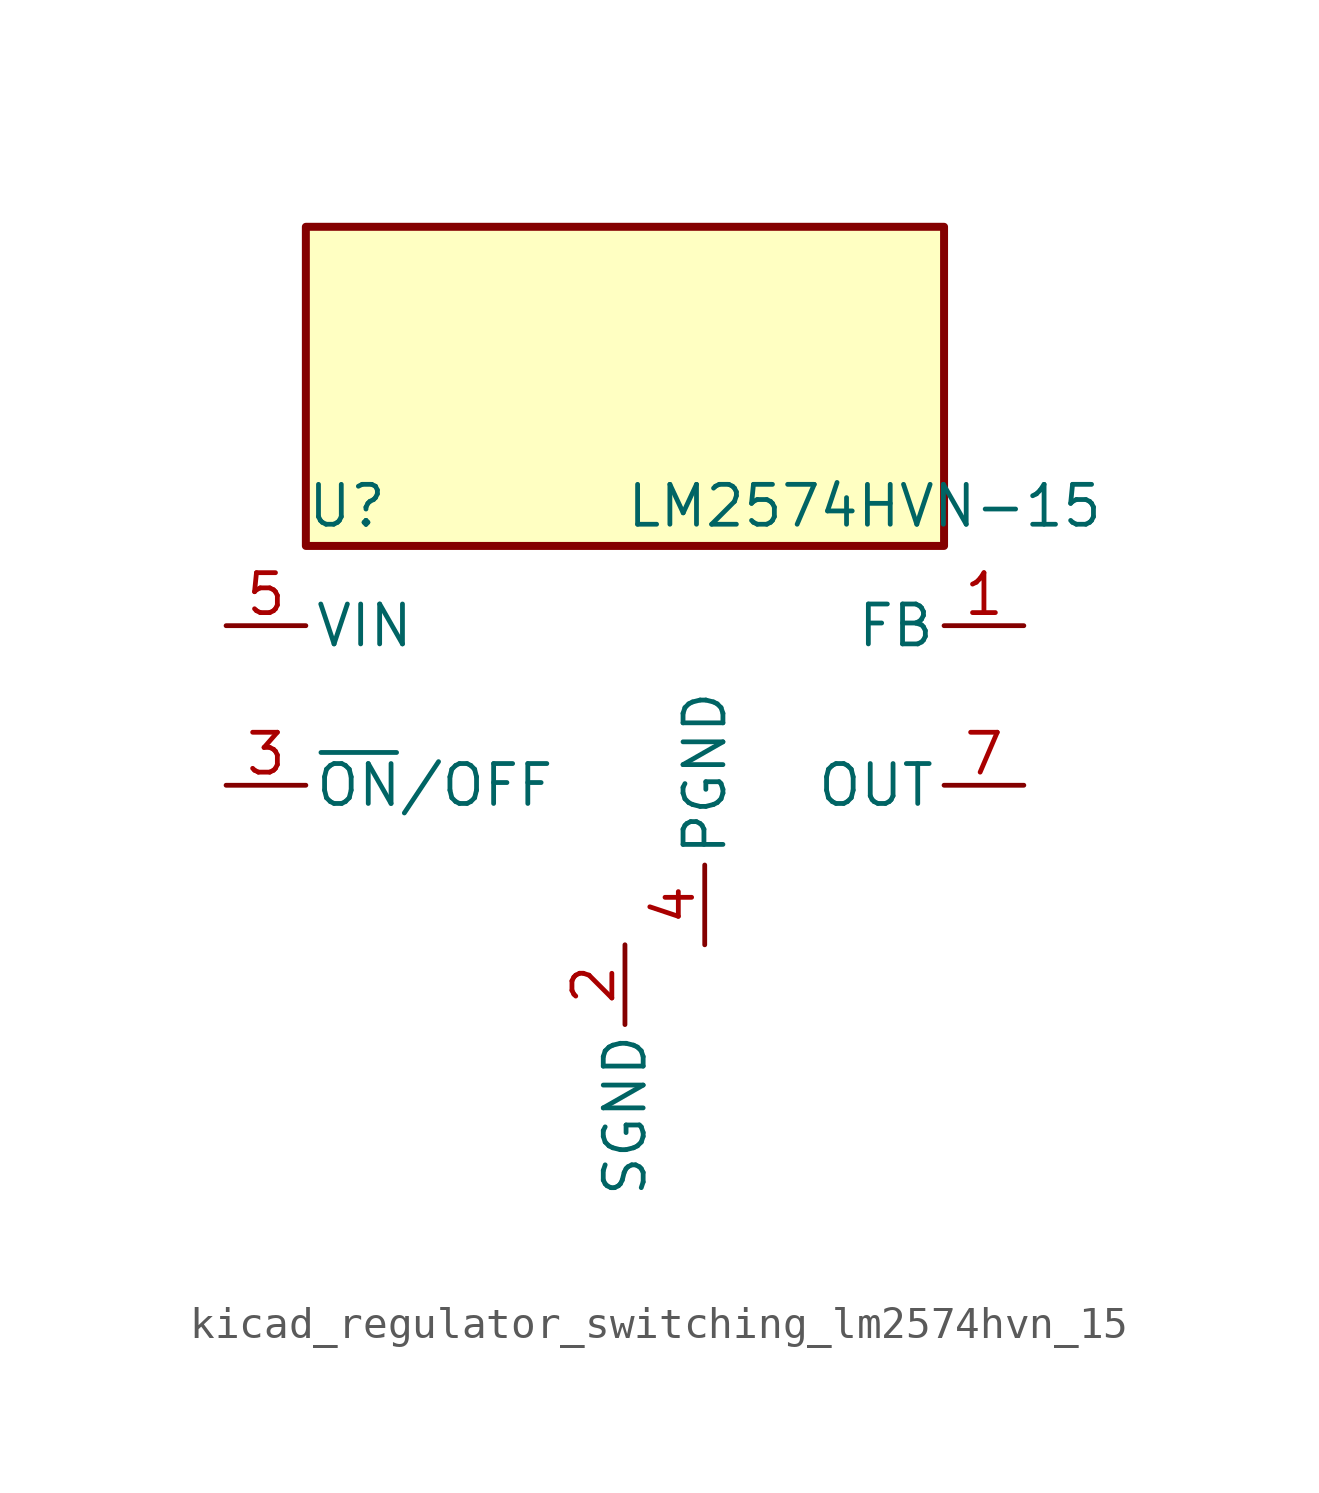
<source format=kicad_sym>
(kicad_symbol_lib
  (version 20220914)
  (generator kicad_symbol_editor)
  (symbol "kicad_regulator_switching_lm2574hvn_15"
    (pin_names
      (offset 0.254))
    (property "Reference" "U"
      (at -10.16 6.35 0)
      (effects (font (size 1.27 1.27)) (justify left)))
    (property "Value" "LM2574HVN-15"
      (at 0 6.35 0)
      (effects (font (size 1.27 1.27)) (justify left)))
    (symbol "kicad_regulator_switching_lm2574hvn_15_0_1"
      (rectangle (start 10.16 15.24) (end -10.16 5.08) (stroke (width 0.254) (type default)) (fill (type background))))
    (symbol "kicad_regulator_switching_lm2574hvn_15_1_1"
      (pin input line (at 12.7 2.54 180) (length 2.54) (name "FB" (effects (font (size 1.27 1.27)))) (number "1" (effects (font (size 1.27 1.27)))))
      (pin power_in line (at 0 -7.62 270) (length 2.54) (name "SGND" (effects (font (size 1.27 1.27)))) (number "2" (effects (font (size 1.27 1.27)))))
      (pin input line (at -12.7 -2.54 0) (length 2.54) (name "~{ON}/OFF" (effects (font (size 1.27 1.27)))) (number "3" (effects (font (size 1.27 1.27)))))
      (pin power_in line (at 2.54 -7.62 90) (length 2.54) (name "PGND" (effects (font (size 1.27 1.27)))) (number "4" (effects (font (size 1.27 1.27)))))
      (pin power_in line (at -12.7 2.54 0) (length 2.54) (name "VIN" (effects (font (size 1.27 1.27)))) (number "5" (effects (font (size 1.27 1.27)))))
      (pin no_connect line (at -10.16 0 0) (length 2.54) hide (name "NC" (effects (font (size 1.27 1.27)))) (number "6" (effects (font (size 1.27 1.27)))))
      (pin output line (at 12.7 -2.54 180) (length 2.54) (name "OUT" (effects (font (size 1.27 1.27)))) (number "7" (effects (font (size 1.27 1.27)))))
      (pin no_connect line (at 10.16 0 180) (length 2.54) hide (name "NC" (effects (font (size 1.27 1.27)))) (number "8" (effects (font (size 1.27 1.27))))))))
</source>
